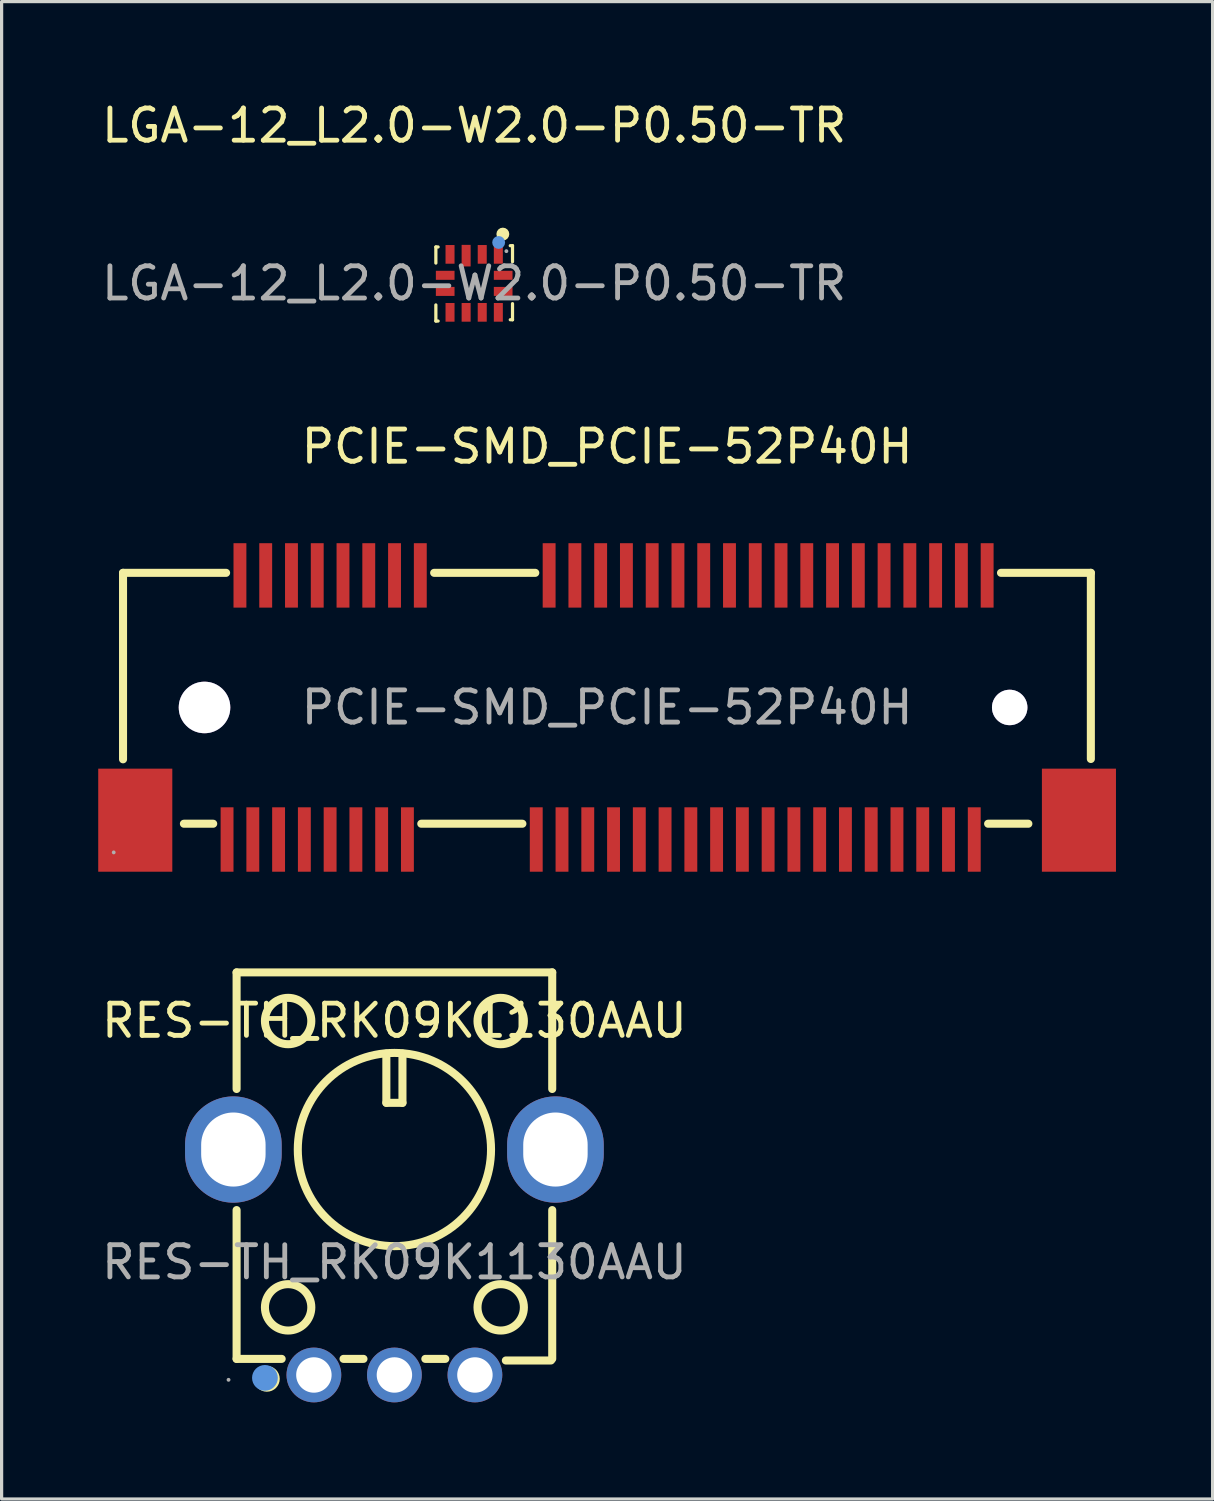
<source format=kicad_pcb>
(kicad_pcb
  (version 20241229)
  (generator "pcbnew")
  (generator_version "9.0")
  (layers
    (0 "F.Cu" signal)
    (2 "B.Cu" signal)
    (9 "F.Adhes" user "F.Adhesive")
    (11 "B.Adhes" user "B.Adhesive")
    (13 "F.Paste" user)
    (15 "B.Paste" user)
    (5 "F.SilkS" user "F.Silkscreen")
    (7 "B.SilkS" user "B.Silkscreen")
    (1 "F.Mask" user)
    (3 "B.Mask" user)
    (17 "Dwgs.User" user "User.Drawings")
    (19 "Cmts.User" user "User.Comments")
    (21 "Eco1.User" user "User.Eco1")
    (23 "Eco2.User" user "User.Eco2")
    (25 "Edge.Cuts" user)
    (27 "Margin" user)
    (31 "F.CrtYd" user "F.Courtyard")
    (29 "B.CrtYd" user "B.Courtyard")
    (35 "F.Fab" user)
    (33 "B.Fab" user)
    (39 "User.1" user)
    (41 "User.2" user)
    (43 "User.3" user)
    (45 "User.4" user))
  (footprint "PCIE-SMD_PCIE-52P40H"
    (layer "F.Cu")
    (at 15.8 18.916)
    (property "Reference" "PCIE-SMD_PCIE-52P40H" (at 0 -8.1 0) (layer "F.SilkS") (effects (font (size 1 1) (thickness 0.15))))
    (attr through_hole)
    (fp_line (start -15.03 -4.18) (end -11.83 -4.18) (stroke (width 0.25) (type solid)) (layer "F.SilkS"))
    (fp_line (start -15.03 1.61) (end -15.03 -4.18) (stroke (width 0.25) (type solid)) (layer "F.SilkS"))
    (fp_line (start -13.14 3.61) (end -12.23 3.61) (stroke (width 0.25) (type solid)) (layer "F.SilkS"))
    (fp_line (start -5.77 3.61) (end -2.63 3.61) (stroke (width 0.25) (type solid)) (layer "F.SilkS"))
    (fp_line (start -5.37 -4.18) (end -2.23 -4.18) (stroke (width 0.25) (type solid)) (layer "F.SilkS"))
    (fp_line (start 11.83 3.61) (end 13.08 3.61) (stroke (width 0.25) (type solid)) (layer "F.SilkS"))
    (fp_line (start 12.23 -4.18) (end 15.02 -4.18) (stroke (width 0.25) (type solid)) (layer "F.SilkS"))
    (fp_line (start 15.02 -4.18) (end 15.02 1.6) (stroke (width 0.25) (type solid)) (layer "F.SilkS"))
    (fp_circle (center -12.5 0) (end -12.14 0) (stroke (width 0.72) (type solid)) (fill no) (layer "Cmts.User"))
    (fp_circle (center 12.5 0) (end 12.74 0) (stroke (width 0.48) (type solid)) (fill no) (layer "Cmts.User"))
    (fp_circle (center -15.32 4.5) (end -15.29 4.5) (stroke (width 0.06) (type solid)) (fill no) (layer "F.Fab"))
    (fp_text user "${REFERENCE}" (at 0 0 0) (layer "F.Fab") (effects (font (size 1 1) (thickness 0.15))))
    (pad "" thru_hole circle (at -12.5 0) (size 1.6 1.6) (drill 1.6) (layers "*.Cu" "*.Mask"))
    (pad "" thru_hole circle (at 12.5 0) (size 1.1 1.1) (drill 1.1) (layers "*.Cu" "*.Mask"))
    (pad "1" smd rect (at -11.8 4.1) (size 0.4 2) (layers "F.Cu" "F.Mask" "F.Paste"))
    (pad "2" smd rect (at -11.4 -4.1) (size 0.4 2) (layers "F.Cu" "F.Mask" "F.Paste"))
    (pad "3" smd rect (at -11 4.1) (size 0.4 2) (layers "F.Cu" "F.Mask" "F.Paste"))
    (pad "4" smd rect (at -10.6 -4.1) (size 0.4 2) (layers "F.Cu" "F.Mask" "F.Paste"))
    (pad "5" smd rect (at -10.2 4.1) (size 0.4 2) (layers "F.Cu" "F.Mask" "F.Paste"))
    (pad "6" smd rect (at -9.8 -4.1) (size 0.4 2) (layers "F.Cu" "F.Mask" "F.Paste"))
    (pad "7" smd rect (at -9.4 4.1) (size 0.4 2) (layers "F.Cu" "F.Mask" "F.Paste"))
    (pad "8" smd rect (at -9 -4.1) (size 0.4 2) (layers "F.Cu" "F.Mask" "F.Paste"))
    (pad "9" smd rect (at -8.6 4.1) (size 0.4 2) (layers "F.Cu" "F.Mask" "F.Paste"))
    (pad "10" smd rect (at -8.2 -4.1) (size 0.4 2) (layers "F.Cu" "F.Mask" "F.Paste"))
    (pad "11" smd rect (at -7.8 4.1) (size 0.4 2) (layers "F.Cu" "F.Mask" "F.Paste"))
    (pad "12" smd rect (at -7.4 -4.1) (size 0.4 2) (layers "F.Cu" "F.Mask" "F.Paste"))
    (pad "13" smd rect (at -7 4.1) (size 0.4 2) (layers "F.Cu" "F.Mask" "F.Paste"))
    (pad "14" smd rect (at -6.6 -4.1) (size 0.4 2) (layers "F.Cu" "F.Mask" "F.Paste"))
    (pad "15" smd rect (at -6.2 4.1) (size 0.4 2) (layers "F.Cu" "F.Mask" "F.Paste"))
    (pad "16" smd rect (at -5.8 -4.1) (size 0.4 2) (layers "F.Cu" "F.Mask" "F.Paste"))
    (pad "17" smd rect (at -2.2 4.1) (size 0.4 2) (layers "F.Cu" "F.Mask" "F.Paste"))
    (pad "18" smd rect (at -1.8 -4.1) (size 0.4 2) (layers "F.Cu" "F.Mask" "F.Paste"))
    (pad "19" smd rect (at -1.4 4.1) (size 0.4 2) (layers "F.Cu" "F.Mask" "F.Paste"))
    (pad "20" smd rect (at -1 -4.1) (size 0.4 2) (layers "F.Cu" "F.Mask" "F.Paste"))
    (pad "21" smd rect (at -0.6 4.1) (size 0.4 2) (layers "F.Cu" "F.Mask" "F.Paste"))
    (pad "22" smd rect (at -0.2 -4.1) (size 0.4 2) (layers "F.Cu" "F.Mask" "F.Paste"))
    (pad "23" smd rect (at 0.2 4.1) (size 0.4 2) (layers "F.Cu" "F.Mask" "F.Paste"))
    (pad "24" smd rect (at 0.6 -4.1) (size 0.4 2) (layers "F.Cu" "F.Mask" "F.Paste"))
    (pad "25" smd rect (at 1 4.1) (size 0.4 2) (layers "F.Cu" "F.Mask" "F.Paste"))
    (pad "26" smd rect (at 1.4 -4.1) (size 0.4 2) (layers "F.Cu" "F.Mask" "F.Paste"))
    (pad "27" smd rect (at 1.8 4.1) (size 0.4 2) (layers "F.Cu" "F.Mask" "F.Paste"))
    (pad "28" smd rect (at 2.2 -4.1) (size 0.4 2) (layers "F.Cu" "F.Mask" "F.Paste"))
    (pad "29" smd rect (at 2.6 4.1) (size 0.4 2) (layers "F.Cu" "F.Mask" "F.Paste"))
    (pad "30" smd rect (at 3 -4.1) (size 0.4 2) (layers "F.Cu" "F.Mask" "F.Paste"))
    (pad "31" smd rect (at 3.4 4.1) (size 0.4 2) (layers "F.Cu" "F.Mask" "F.Paste"))
    (pad "32" smd rect (at 3.8 -4.1) (size 0.4 2) (layers "F.Cu" "F.Mask" "F.Paste"))
    (pad "33" smd rect (at 4.2 4.1) (size 0.4 2) (layers "F.Cu" "F.Mask" "F.Paste"))
    (pad "34" smd rect (at 4.6 -4.1) (size 0.4 2) (layers "F.Cu" "F.Mask" "F.Paste"))
    (pad "35" smd rect (at 5 4.1) (size 0.4 2) (layers "F.Cu" "F.Mask" "F.Paste"))
    (pad "36" smd rect (at 5.4 -4.1) (size 0.4 2) (layers "F.Cu" "F.Mask" "F.Paste"))
    (pad "37" smd rect (at 5.8 4.1) (size 0.4 2) (layers "F.Cu" "F.Mask" "F.Paste"))
    (pad "38" smd rect (at 6.2 -4.1) (size 0.4 2) (layers "F.Cu" "F.Mask" "F.Paste"))
    (pad "39" smd rect (at 6.6 4.1) (size 0.4 2) (layers "F.Cu" "F.Mask" "F.Paste"))
    (pad "40" smd rect (at 7 -4.1) (size 0.4 2) (layers "F.Cu" "F.Mask" "F.Paste"))
    (pad "41" smd rect (at 7.4 4.1) (size 0.4 2) (layers "F.Cu" "F.Mask" "F.Paste"))
    (pad "42" smd rect (at 7.8 -4.1) (size 0.4 2) (layers "F.Cu" "F.Mask" "F.Paste"))
    (pad "43" smd rect (at 8.2 4.1) (size 0.4 2) (layers "F.Cu" "F.Mask" "F.Paste"))
    (pad "44" smd rect (at 8.6 -4.1) (size 0.4 2) (layers "F.Cu" "F.Mask" "F.Paste"))
    (pad "45" smd rect (at 9 4.1) (size 0.4 2) (layers "F.Cu" "F.Mask" "F.Paste"))
    (pad "46" smd rect (at 9.4 -4.1) (size 0.4 2) (layers "F.Cu" "F.Mask" "F.Paste"))
    (pad "47" smd rect (at 9.8 4.1) (size 0.4 2) (layers "F.Cu" "F.Mask" "F.Paste"))
    (pad "48" smd rect (at 10.2 -4.1) (size 0.4 2) (layers "F.Cu" "F.Mask" "F.Paste"))
    (pad "49" smd rect (at 10.6 4.1) (size 0.4 2) (layers "F.Cu" "F.Mask" "F.Paste"))
    (pad "50" smd rect (at 11 -4.1) (size 0.4 2) (layers "F.Cu" "F.Mask" "F.Paste"))
    (pad "51" smd rect (at 11.4 4.1) (size 0.4 2) (layers "F.Cu" "F.Mask" "F.Paste"))
    (pad "52" smd rect (at 11.8 -4.1) (size 0.4 2) (layers "F.Cu" "F.Mask" "F.Paste"))
    (pad "53" smd rect (at 14.65 3.5) (size 2.3 3.2) (layers "F.Cu" "F.Mask" "F.Paste"))
    (pad "54" smd rect (at -14.65 3.5) (size 2.3 3.2) (layers "F.Cu" "F.Mask" "F.Paste")))
  (footprint "RES-TH_RK09K1130AAU"
    (layer "F.Cu")
    (at 9.196 36.142)
    (property "Reference" "RES-TH_RK09K1130AAU" (at 0 -7.5 0) (layer "F.SilkS") (effects (font (size 1 1) (thickness 0.15))))
    (attr through_hole)
    (fp_line (start -4.9 -9) (end -4.9 -5.38) (stroke (width 0.25) (type solid)) (layer "F.SilkS"))
    (fp_line (start -4.9 -9) (end 4.9 -9) (stroke (width 0.25) (type solid)) (layer "F.SilkS"))
    (fp_line (start -4.9 -1.62) (end -4.9 3) (stroke (width 0.25) (type solid)) (layer "F.SilkS"))
    (fp_line (start -4.9 3) (end -3.5 3) (stroke (width 0.25) (type solid)) (layer "F.SilkS"))
    (fp_line (start -1.58 3) (end -0.96 3) (stroke (width 0.25) (type solid)) (layer "F.SilkS"))
    (fp_line (start -0.25 -6.48) (end -0.25 -4.95) (stroke (width 0.25) (type solid)) (layer "F.SilkS"))
    (fp_line (start -0.25 -4.95) (end 0.25 -4.95) (stroke (width 0.25) (type solid)) (layer "F.SilkS"))
    (fp_line (start 0.25 -4.95) (end 0.25 -6.48) (stroke (width 0.25) (type solid)) (layer "F.SilkS"))
    (fp_line (start 0.96 3) (end 1.58 3) (stroke (width 0.25) (type solid)) (layer "F.SilkS"))
    (fp_line (start 4.86 3.05) (end 3.46 3.05) (stroke (width 0.25) (type solid)) (layer "F.SilkS"))
    (fp_line (start 4.9 -9) (end 4.9 -5.38) (stroke (width 0.25) (type solid)) (layer "F.SilkS"))
    (fp_line (start 4.9 -1.62) (end 4.9 3) (stroke (width 0.25) (type solid)) (layer "F.SilkS"))
    (fp_circle (center -3.96 3.62) (end -3.76 3.62) (stroke (width 0.4) (type solid)) (fill no) (layer "F.SilkS"))
    (fp_circle (center -3.3 -7.49) (end -2.58 -7.49) (stroke (width 0.25) (type solid)) (fill no) (layer "F.SilkS"))
    (fp_circle (center -3.3 1.4) (end -2.58 1.4) (stroke (width 0.25) (type solid)) (fill no) (layer "F.SilkS"))
    (fp_circle (center 0 -3.5) (end 3 -3.5) (stroke (width 0.25) (type solid)) (fill no) (layer "F.SilkS"))
    (fp_circle (center 3.3 -7.49) (end 4.02 -7.49) (stroke (width 0.25) (type solid)) (fill no) (layer "F.SilkS"))
    (fp_circle (center 3.3 1.4) (end 4.02 1.4) (stroke (width 0.25) (type solid)) (fill no) (layer "F.SilkS"))
    (fp_circle (center -4.02 3.59) (end -3.82 3.59) (stroke (width 0.4) (type solid)) (fill no) (layer "Cmts.User"))
    (fp_circle (center -5.15 3.65) (end -5.12 3.65) (stroke (width 0.06) (type solid)) (fill no) (layer "F.Fab"))
    (fp_text user "${REFERENCE}" (at 0 0 0) (layer "F.Fab") (effects (font (size 1 1) (thickness 0.15))))
    (pad "1" thru_hole circle (at -2.5 3.5) (size 1.7 1.7) (drill 1.1) (layers "*.Cu" "*.Paste" "*.Mask"))
    (pad "2" thru_hole circle (at 0 3.5) (size 1.7 1.7) (drill 1.1) (layers "*.Cu" "*.Paste" "*.Mask"))
    (pad "3" thru_hole circle (at 2.5 3.5) (size 1.7 1.7) (drill 1.1) (layers "*.Cu" "*.Paste" "*.Mask"))
    (pad "4" thru_hole oval (at 5 -3.5) (size 3 3.3) (drill oval 2 2.3) (layers "*.Cu" "*.Paste" "*.Mask"))
    (pad "5" thru_hole oval (at -5 -3.5) (size 3 3.3) (drill oval 2 2.3) (layers "*.Cu" "*.Paste" "*.Mask")))
  (footprint "LGA-12_L2.0-W2.0-P0.50-TR"
    (layer "F.Cu")
    (at 11.673 5.748)
    (property "Reference" "LGA-12_L2.0-W2.0-P0.50-TR" (at 0 -4.9 0) (layer "F.SilkS") (effects (font (size 1 1) (thickness 0.15))))
    (attr through_hole)
    (fp_line (start -1.19 -1.13) (end -1.19 -0.63) (stroke (width 0.1) (type solid)) (layer "F.SilkS"))
    (fp_line (start -1.19 1.17) (end -1.19 0.67) (stroke (width 0.1) (type solid)) (layer "F.SilkS"))
    (fp_line (start -1.12 -1.13) (end -1.19 -1.13) (stroke (width 0.1) (type solid)) (layer "F.SilkS"))
    (fp_line (start -1.12 1.17) (end -1.19 1.17) (stroke (width 0.1) (type solid)) (layer "F.SilkS"))
    (fp_line (start 1.12 -1.17) (end 1.19 -1.17) (stroke (width 0.1) (type solid)) (layer "F.SilkS"))
    (fp_line (start 1.12 1.13) (end 1.19 1.13) (stroke (width 0.1) (type solid)) (layer "F.SilkS"))
    (fp_line (start 1.19 -1.17) (end 1.19 -0.67) (stroke (width 0.1) (type solid)) (layer "F.SilkS"))
    (fp_line (start 1.19 1.13) (end 1.19 0.63) (stroke (width 0.1) (type solid)) (layer "F.SilkS"))
    (fp_circle (center 0.89 -1.53) (end 0.99 -1.53) (stroke (width 0.2) (type solid)) (fill no) (layer "F.SilkS"))
    (fp_circle (center 0.76 -1.27) (end 0.86 -1.27) (stroke (width 0.2) (type solid)) (fill no) (layer "Cmts.User"))
    (fp_circle (center 1 -1) (end 1.03 -1) (stroke (width 0.06) (type solid)) (fill no) (layer "F.Fab"))
    (fp_text user "${REFERENCE}" (at 0 0 0) (layer "F.Fab") (effects (font (size 1 1) (thickness 0.15))))
    (pad "1" smd rect (at 0.75 -0.9) (size 0.28 0.58) (layers "F.Cu" "F.Mask" "F.Paste"))
    (pad "2" smd rect (at 0.25 -0.9) (size 0.28 0.58) (layers "F.Cu" "F.Mask" "F.Paste"))
    (pad "3" smd rect (at -0.25 -0.86) (size 0.28 0.67) (layers "F.Cu" "F.Mask" "F.Paste"))
    (pad "4" smd rect (at -0.75 -0.9) (size 0.28 0.58) (layers "F.Cu" "F.Mask" "F.Paste"))
    (pad "5" smd rect (at -0.9 -0.25) (size 0.58 0.28) (layers "F.Cu" "F.Mask" "F.Paste"))
    (pad "6" smd rect (at -0.9 0.25) (size 0.58 0.28) (layers "F.Cu" "F.Mask" "F.Paste"))
    (pad "7" smd rect (at -0.75 0.9) (size 0.28 0.58) (layers "F.Cu" "F.Mask" "F.Paste"))
    (pad "8" smd rect (at -0.25 0.9) (size 0.28 0.58) (layers "F.Cu" "F.Mask" "F.Paste"))
    (pad "9" smd rect (at 0.25 0.9) (size 0.28 0.58) (layers "F.Cu" "F.Mask" "F.Paste"))
    (pad "10" smd rect (at 0.75 0.9) (size 0.28 0.58) (layers "F.Cu" "F.Mask" "F.Paste"))
    (pad "11" smd rect (at 0.9 0.25) (size 0.58 0.28) (layers "F.Cu" "F.Mask" "F.Paste"))
    (pad "12" smd rect (at 0.9 -0.25) (size 0.58 0.28) (layers "F.Cu" "F.Mask" "F.Paste")))
  (gr_rect
    (start -3 -3)
    (end 34.6 43.492)
    (stroke (width 0.1) (type default))
    (fill no)
    (layer "Edge.Cuts")))
</source>
